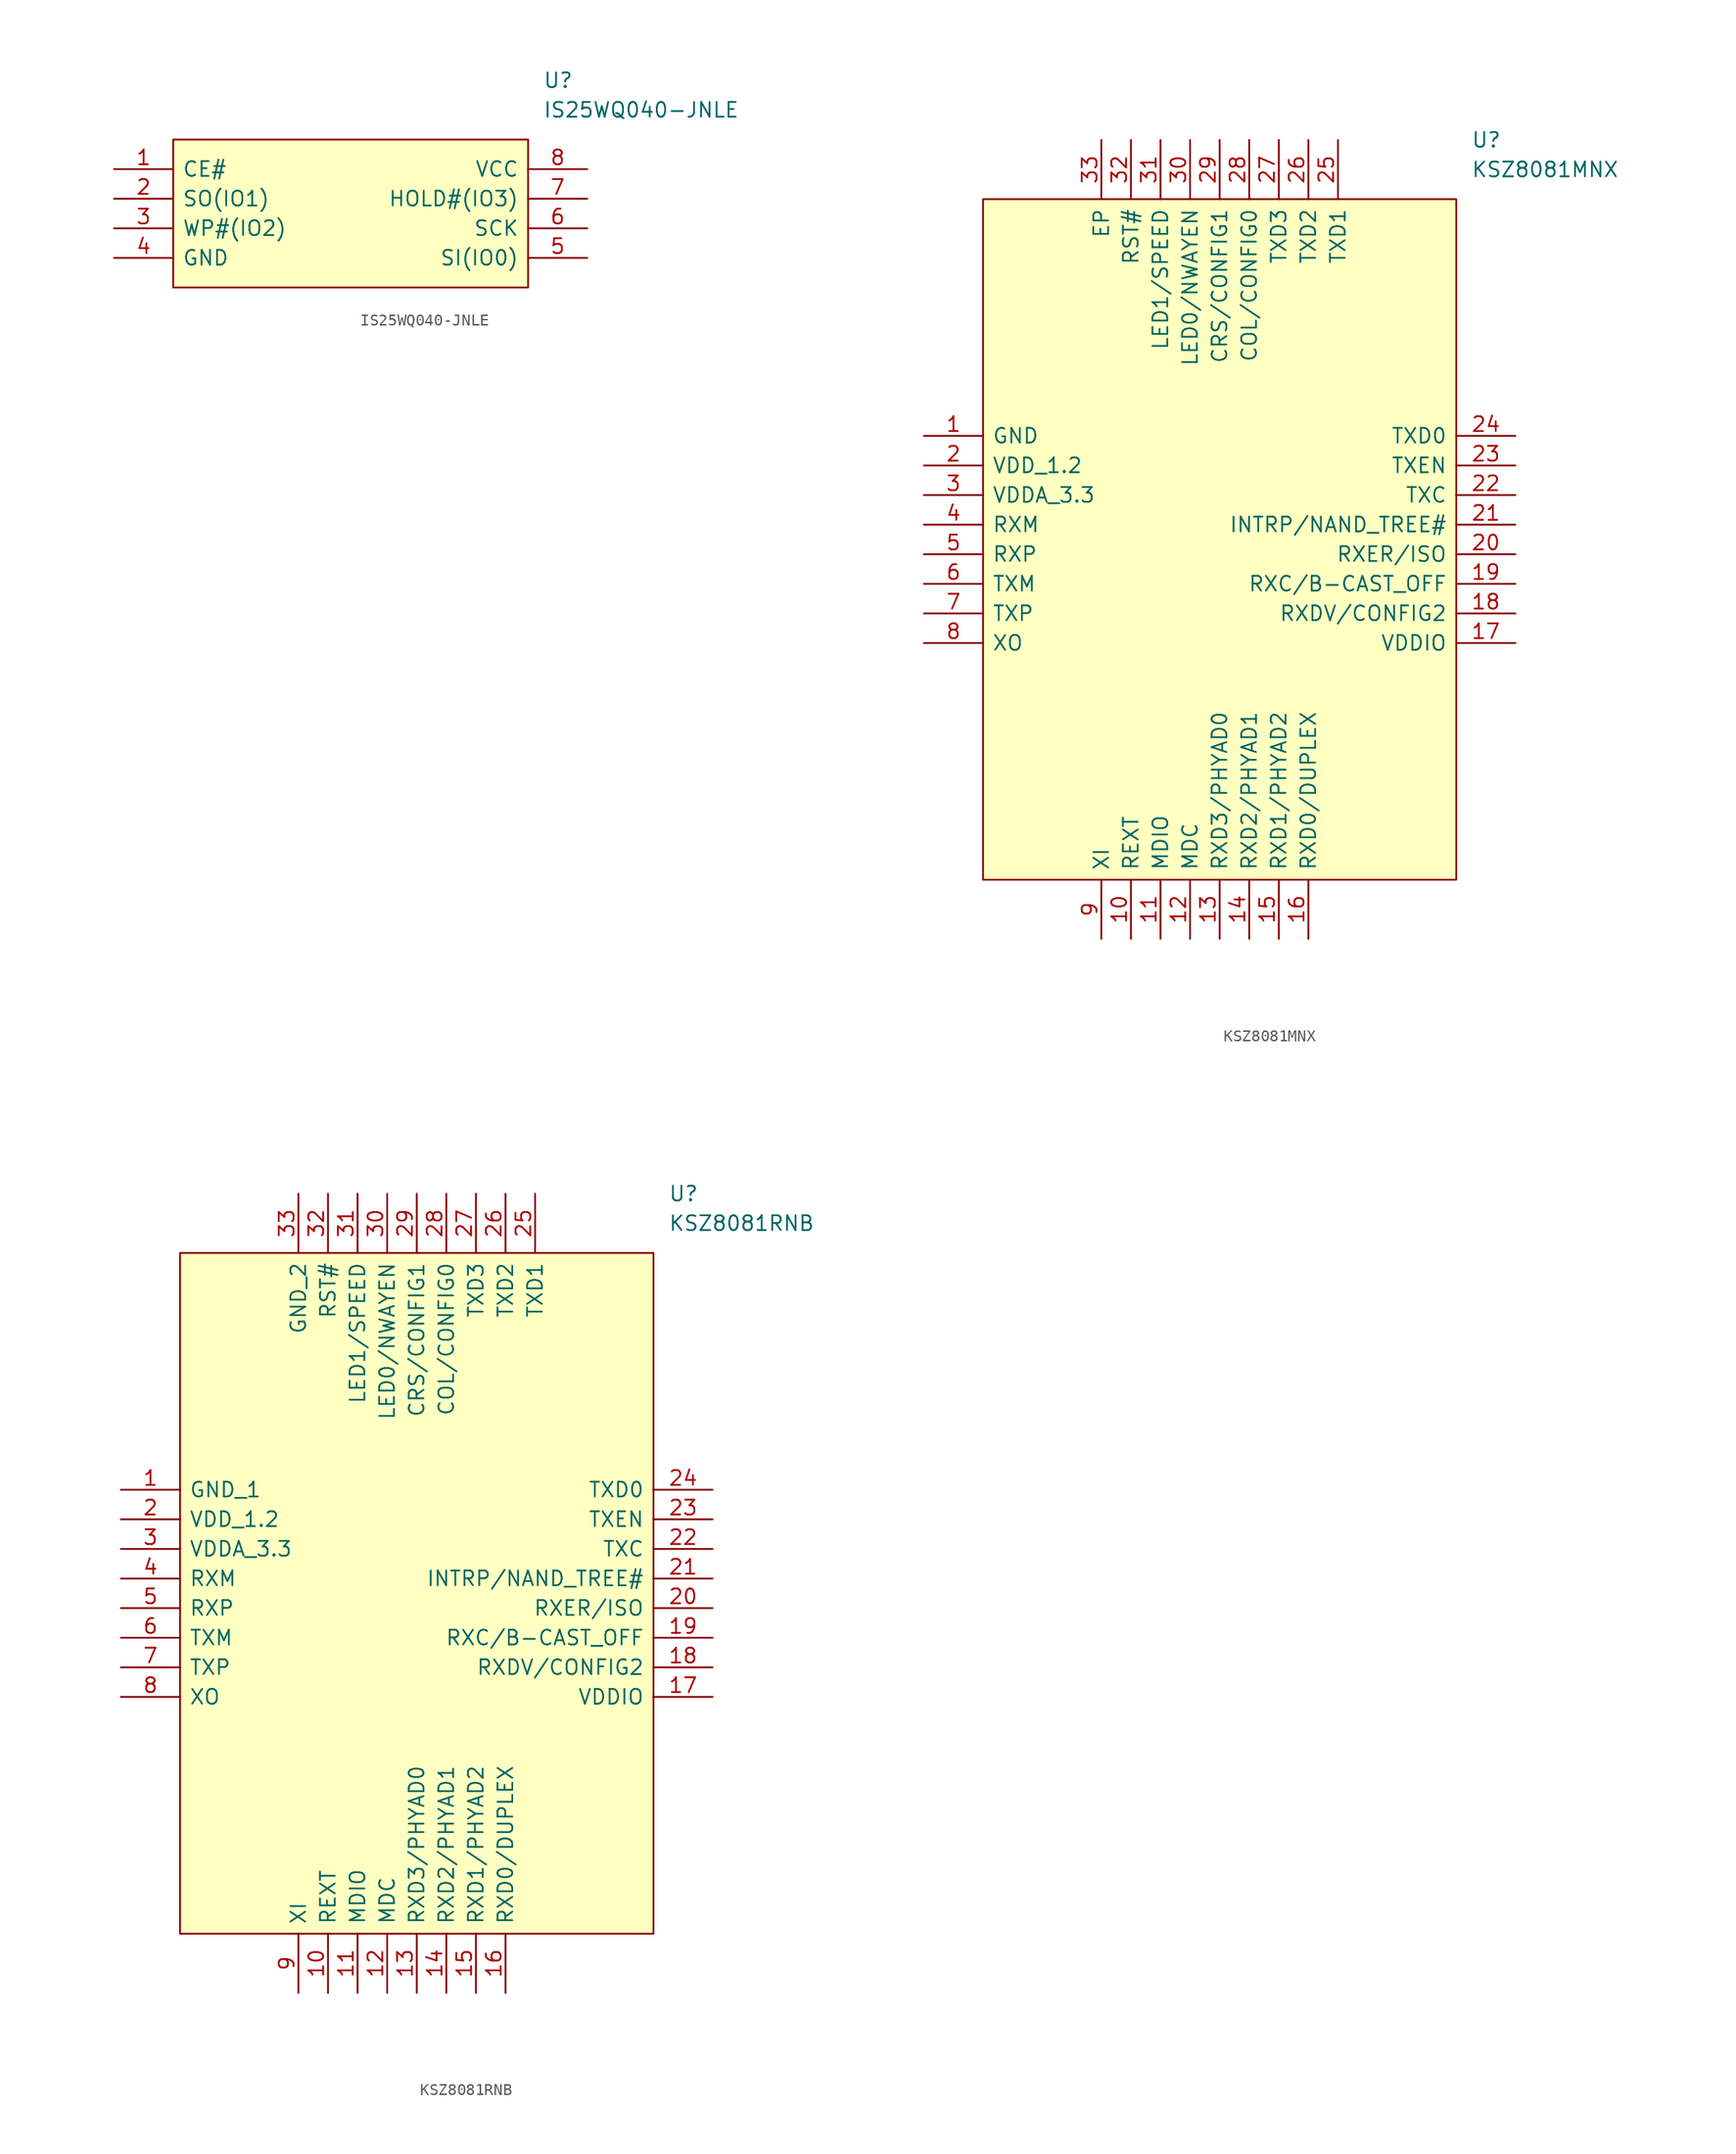
<source format=kicad_sym>
(kicad_symbol_lib
  (version 20211014)
  (generator kicad_symbol_editor)
  (symbol "IS25WQ040-JNLE"
    (pin_names
      (offset 0.762))
    (property "Reference" "U"
      (at 36.83 7.62 0)
      (effects (font (size 1.27 1.27)) (justify left)))
    (property "Value" "IS25WQ040-JNLE"
      (at 36.83 5.08 0)
      (effects (font (size 1.27 1.27)) (justify left)))
    (symbol "IS25WQ040-JNLE_0_0"
      (pin input line (at 0 0 0) (length 5.08) (name "CE#" (effects (font (size 1.27 1.27)))) (number "1" (effects (font (size 1.27 1.27)))))
      (pin bidirectional line (at 0 -2.54 0) (length 5.08) (name "SO(IO1)" (effects (font (size 1.27 1.27)))) (number "2" (effects (font (size 1.27 1.27)))))
      (pin bidirectional line (at 0 -5.08 0) (length 5.08) (name "WP#(IO2)" (effects (font (size 1.27 1.27)))) (number "3" (effects (font (size 1.27 1.27)))))
      (pin power_in line (at 0 -7.62 0) (length 5.08) (name "GND" (effects (font (size 1.27 1.27)))) (number "4" (effects (font (size 1.27 1.27)))))
      (pin bidirectional line (at 40.64 -7.62 180) (length 5.08) (name "SI(IO0)" (effects (font (size 1.27 1.27)))) (number "5" (effects (font (size 1.27 1.27)))))
      (pin input line (at 40.64 -5.08 180) (length 5.08) (name "SCK" (effects (font (size 1.27 1.27)))) (number "6" (effects (font (size 1.27 1.27)))))
      (pin bidirectional line (at 40.64 -2.54 180) (length 5.08) (name "HOLD#(IO3)" (effects (font (size 1.27 1.27)))) (number "7" (effects (font (size 1.27 1.27)))))
      (pin power_in line (at 40.64 0 180) (length 5.08) (name "VCC" (effects (font (size 1.27 1.27)))) (number "8" (effects (font (size 1.27 1.27))))))
    (symbol "IS25WQ040-JNLE_0_1"
      (polyline (pts (xy 5.08 2.54) (xy 35.56 2.54) (xy 35.56 -10.16) (xy 5.08 -10.16) (xy 5.08 2.54)) (stroke (width 0) (type default) (color 0 0 0 0)) (fill (type background)))))
  (symbol "KSZ8081MNX"
    (pin_names
      (offset 0.762))
    (property "Reference" "U"
      (at 46.99 25.4 0)
      (effects (font (size 1.27 1.27)) (justify left)))
    (property "Value" "KSZ8081MNX"
      (at 46.99 22.86 0)
      (effects (font (size 1.27 1.27)) (justify left)))
    (symbol "KSZ8081MNX_0_0"
      (pin passive line (at 0 0 0) (length 5.08) (name "GND" (effects (font (size 1.27 1.27)))) (number "1" (effects (font (size 1.27 1.27)))))
      (pin passive line (at 17.78 -43.18 90) (length 5.08) (name "REXT" (effects (font (size 1.27 1.27)))) (number "10" (effects (font (size 1.27 1.27)))))
      (pin passive line (at 20.32 -43.18 90) (length 5.08) (name "MDIO" (effects (font (size 1.27 1.27)))) (number "11" (effects (font (size 1.27 1.27)))))
      (pin passive line (at 22.86 -43.18 90) (length 5.08) (name "MDC" (effects (font (size 1.27 1.27)))) (number "12" (effects (font (size 1.27 1.27)))))
      (pin passive line (at 25.4 -43.18 90) (length 5.08) (name "RXD3/PHYAD0" (effects (font (size 1.27 1.27)))) (number "13" (effects (font (size 1.27 1.27)))))
      (pin passive line (at 27.94 -43.18 90) (length 5.08) (name "RXD2/PHYAD1" (effects (font (size 1.27 1.27)))) (number "14" (effects (font (size 1.27 1.27)))))
      (pin passive line (at 30.48 -43.18 90) (length 5.08) (name "RXD1/PHYAD2" (effects (font (size 1.27 1.27)))) (number "15" (effects (font (size 1.27 1.27)))))
      (pin passive line (at 33.02 -43.18 90) (length 5.08) (name "RXD0/DUPLEX" (effects (font (size 1.27 1.27)))) (number "16" (effects (font (size 1.27 1.27)))))
      (pin passive line (at 50.8 -17.78 180) (length 5.08) (name "VDDIO" (effects (font (size 1.27 1.27)))) (number "17" (effects (font (size 1.27 1.27)))))
      (pin passive line (at 50.8 -15.24 180) (length 5.08) (name "RXDV/CONFIG2" (effects (font (size 1.27 1.27)))) (number "18" (effects (font (size 1.27 1.27)))))
      (pin passive line (at 50.8 -12.7 180) (length 5.08) (name "RXC/B-CAST_OFF" (effects (font (size 1.27 1.27)))) (number "19" (effects (font (size 1.27 1.27)))))
      (pin passive line (at 0 -2.54 0) (length 5.08) (name "VDD_1.2" (effects (font (size 1.27 1.27)))) (number "2" (effects (font (size 1.27 1.27)))))
      (pin passive line (at 50.8 -10.16 180) (length 5.08) (name "RXER/ISO" (effects (font (size 1.27 1.27)))) (number "20" (effects (font (size 1.27 1.27)))))
      (pin passive line (at 50.8 -7.62 180) (length 5.08) (name "INTRP/NAND_TREE#" (effects (font (size 1.27 1.27)))) (number "21" (effects (font (size 1.27 1.27)))))
      (pin passive line (at 50.8 -5.08 180) (length 5.08) (name "TXC" (effects (font (size 1.27 1.27)))) (number "22" (effects (font (size 1.27 1.27)))))
      (pin passive line (at 50.8 -2.54 180) (length 5.08) (name "TXEN" (effects (font (size 1.27 1.27)))) (number "23" (effects (font (size 1.27 1.27)))))
      (pin passive line (at 50.8 0 180) (length 5.08) (name "TXD0" (effects (font (size 1.27 1.27)))) (number "24" (effects (font (size 1.27 1.27)))))
      (pin passive line (at 35.56 25.4 270) (length 5.08) (name "TXD1" (effects (font (size 1.27 1.27)))) (number "25" (effects (font (size 1.27 1.27)))))
      (pin passive line (at 33.02 25.4 270) (length 5.08) (name "TXD2" (effects (font (size 1.27 1.27)))) (number "26" (effects (font (size 1.27 1.27)))))
      (pin passive line (at 30.48 25.4 270) (length 5.08) (name "TXD3" (effects (font (size 1.27 1.27)))) (number "27" (effects (font (size 1.27 1.27)))))
      (pin passive line (at 27.94 25.4 270) (length 5.08) (name "COL/CONFIG0" (effects (font (size 1.27 1.27)))) (number "28" (effects (font (size 1.27 1.27)))))
      (pin passive line (at 25.4 25.4 270) (length 5.08) (name "CRS/CONFIG1" (effects (font (size 1.27 1.27)))) (number "29" (effects (font (size 1.27 1.27)))))
      (pin passive line (at 0 -5.08 0) (length 5.08) (name "VDDA_3.3" (effects (font (size 1.27 1.27)))) (number "3" (effects (font (size 1.27 1.27)))))
      (pin passive line (at 22.86 25.4 270) (length 5.08) (name "LED0/NWAYEN" (effects (font (size 1.27 1.27)))) (number "30" (effects (font (size 1.27 1.27)))))
      (pin passive line (at 20.32 25.4 270) (length 5.08) (name "LED1/SPEED" (effects (font (size 1.27 1.27)))) (number "31" (effects (font (size 1.27 1.27)))))
      (pin passive line (at 17.78 25.4 270) (length 5.08) (name "RST#" (effects (font (size 1.27 1.27)))) (number "32" (effects (font (size 1.27 1.27)))))
      (pin passive line (at 15.24 25.4 270) (length 5.08) (name "EP" (effects (font (size 1.27 1.27)))) (number "33" (effects (font (size 1.27 1.27)))))
      (pin passive line (at 0 -7.62 0) (length 5.08) (name "RXM" (effects (font (size 1.27 1.27)))) (number "4" (effects (font (size 1.27 1.27)))))
      (pin passive line (at 0 -10.16 0) (length 5.08) (name "RXP" (effects (font (size 1.27 1.27)))) (number "5" (effects (font (size 1.27 1.27)))))
      (pin passive line (at 0 -12.7 0) (length 5.08) (name "TXM" (effects (font (size 1.27 1.27)))) (number "6" (effects (font (size 1.27 1.27)))))
      (pin passive line (at 0 -15.24 0) (length 5.08) (name "TXP" (effects (font (size 1.27 1.27)))) (number "7" (effects (font (size 1.27 1.27)))))
      (pin passive line (at 0 -17.78 0) (length 5.08) (name "XO" (effects (font (size 1.27 1.27)))) (number "8" (effects (font (size 1.27 1.27)))))
      (pin passive line (at 15.24 -43.18 90) (length 5.08) (name "XI" (effects (font (size 1.27 1.27)))) (number "9" (effects (font (size 1.27 1.27))))))
    (symbol "KSZ8081MNX_0_1"
      (polyline (pts (xy 5.08 20.32) (xy 45.72 20.32) (xy 45.72 -38.1) (xy 5.08 -38.1) (xy 5.08 20.32)) (stroke (width 0) (type default) (color 0 0 0 0)) (fill (type background)))))
  (symbol "KSZ8081RNB"
    (pin_names
      (offset 0.762))
    (property "Reference" "U"
      (at 46.99 25.4 0)
      (effects (font (size 1.27 1.27)) (justify left)))
    (property "Value" "KSZ8081RNB"
      (at 46.99 22.86 0)
      (effects (font (size 1.27 1.27)) (justify left)))
    (symbol "KSZ8081RNB_0_0"
      (pin passive line (at 0 0 0) (length 5.08) (name "GND_1" (effects (font (size 1.27 1.27)))) (number "1" (effects (font (size 1.27 1.27)))))
      (pin passive line (at 17.78 -43.18 90) (length 5.08) (name "REXT" (effects (font (size 1.27 1.27)))) (number "10" (effects (font (size 1.27 1.27)))))
      (pin passive line (at 20.32 -43.18 90) (length 5.08) (name "MDIO" (effects (font (size 1.27 1.27)))) (number "11" (effects (font (size 1.27 1.27)))))
      (pin passive line (at 22.86 -43.18 90) (length 5.08) (name "MDC" (effects (font (size 1.27 1.27)))) (number "12" (effects (font (size 1.27 1.27)))))
      (pin passive line (at 25.4 -43.18 90) (length 5.08) (name "RXD3/PHYAD0" (effects (font (size 1.27 1.27)))) (number "13" (effects (font (size 1.27 1.27)))))
      (pin passive line (at 27.94 -43.18 90) (length 5.08) (name "RXD2/PHYAD1" (effects (font (size 1.27 1.27)))) (number "14" (effects (font (size 1.27 1.27)))))
      (pin passive line (at 30.48 -43.18 90) (length 5.08) (name "RXD1/PHYAD2" (effects (font (size 1.27 1.27)))) (number "15" (effects (font (size 1.27 1.27)))))
      (pin passive line (at 33.02 -43.18 90) (length 5.08) (name "RXD0/DUPLEX" (effects (font (size 1.27 1.27)))) (number "16" (effects (font (size 1.27 1.27)))))
      (pin passive line (at 50.8 -17.78 180) (length 5.08) (name "VDDIO" (effects (font (size 1.27 1.27)))) (number "17" (effects (font (size 1.27 1.27)))))
      (pin passive line (at 50.8 -15.24 180) (length 5.08) (name "RXDV/CONFIG2" (effects (font (size 1.27 1.27)))) (number "18" (effects (font (size 1.27 1.27)))))
      (pin passive line (at 50.8 -12.7 180) (length 5.08) (name "RXC/B-CAST_OFF" (effects (font (size 1.27 1.27)))) (number "19" (effects (font (size 1.27 1.27)))))
      (pin passive line (at 0 -2.54 0) (length 5.08) (name "VDD_1.2" (effects (font (size 1.27 1.27)))) (number "2" (effects (font (size 1.27 1.27)))))
      (pin passive line (at 50.8 -10.16 180) (length 5.08) (name "RXER/ISO" (effects (font (size 1.27 1.27)))) (number "20" (effects (font (size 1.27 1.27)))))
      (pin passive line (at 50.8 -7.62 180) (length 5.08) (name "INTRP/NAND_TREE#" (effects (font (size 1.27 1.27)))) (number "21" (effects (font (size 1.27 1.27)))))
      (pin passive line (at 50.8 -5.08 180) (length 5.08) (name "TXC" (effects (font (size 1.27 1.27)))) (number "22" (effects (font (size 1.27 1.27)))))
      (pin passive line (at 50.8 -2.54 180) (length 5.08) (name "TXEN" (effects (font (size 1.27 1.27)))) (number "23" (effects (font (size 1.27 1.27)))))
      (pin passive line (at 50.8 0 180) (length 5.08) (name "TXD0" (effects (font (size 1.27 1.27)))) (number "24" (effects (font (size 1.27 1.27)))))
      (pin passive line (at 35.56 25.4 270) (length 5.08) (name "TXD1" (effects (font (size 1.27 1.27)))) (number "25" (effects (font (size 1.27 1.27)))))
      (pin passive line (at 33.02 25.4 270) (length 5.08) (name "TXD2" (effects (font (size 1.27 1.27)))) (number "26" (effects (font (size 1.27 1.27)))))
      (pin passive line (at 30.48 25.4 270) (length 5.08) (name "TXD3" (effects (font (size 1.27 1.27)))) (number "27" (effects (font (size 1.27 1.27)))))
      (pin passive line (at 27.94 25.4 270) (length 5.08) (name "COL/CONFIG0" (effects (font (size 1.27 1.27)))) (number "28" (effects (font (size 1.27 1.27)))))
      (pin passive line (at 25.4 25.4 270) (length 5.08) (name "CRS/CONFIG1" (effects (font (size 1.27 1.27)))) (number "29" (effects (font (size 1.27 1.27)))))
      (pin passive line (at 0 -5.08 0) (length 5.08) (name "VDDA_3.3" (effects (font (size 1.27 1.27)))) (number "3" (effects (font (size 1.27 1.27)))))
      (pin passive line (at 22.86 25.4 270) (length 5.08) (name "LED0/NWAYEN" (effects (font (size 1.27 1.27)))) (number "30" (effects (font (size 1.27 1.27)))))
      (pin passive line (at 20.32 25.4 270) (length 5.08) (name "LED1/SPEED" (effects (font (size 1.27 1.27)))) (number "31" (effects (font (size 1.27 1.27)))))
      (pin passive line (at 17.78 25.4 270) (length 5.08) (name "RST#" (effects (font (size 1.27 1.27)))) (number "32" (effects (font (size 1.27 1.27)))))
      (pin passive line (at 15.24 25.4 270) (length 5.08) (name "GND_2" (effects (font (size 1.27 1.27)))) (number "33" (effects (font (size 1.27 1.27)))))
      (pin passive line (at 0 -7.62 0) (length 5.08) (name "RXM" (effects (font (size 1.27 1.27)))) (number "4" (effects (font (size 1.27 1.27)))))
      (pin passive line (at 0 -10.16 0) (length 5.08) (name "RXP" (effects (font (size 1.27 1.27)))) (number "5" (effects (font (size 1.27 1.27)))))
      (pin passive line (at 0 -12.7 0) (length 5.08) (name "TXM" (effects (font (size 1.27 1.27)))) (number "6" (effects (font (size 1.27 1.27)))))
      (pin passive line (at 0 -15.24 0) (length 5.08) (name "TXP" (effects (font (size 1.27 1.27)))) (number "7" (effects (font (size 1.27 1.27)))))
      (pin passive line (at 0 -17.78 0) (length 5.08) (name "XO" (effects (font (size 1.27 1.27)))) (number "8" (effects (font (size 1.27 1.27)))))
      (pin passive line (at 15.24 -43.18 90) (length 5.08) (name "XI" (effects (font (size 1.27 1.27)))) (number "9" (effects (font (size 1.27 1.27))))))
    (symbol "KSZ8081RNB_0_1"
      (polyline (pts (xy 5.08 20.32) (xy 45.72 20.32) (xy 45.72 -38.1) (xy 5.08 -38.1) (xy 5.08 20.32)) (stroke (width 0) (type default) (color 0 0 0 0)) (fill (type background))))))
</source>
